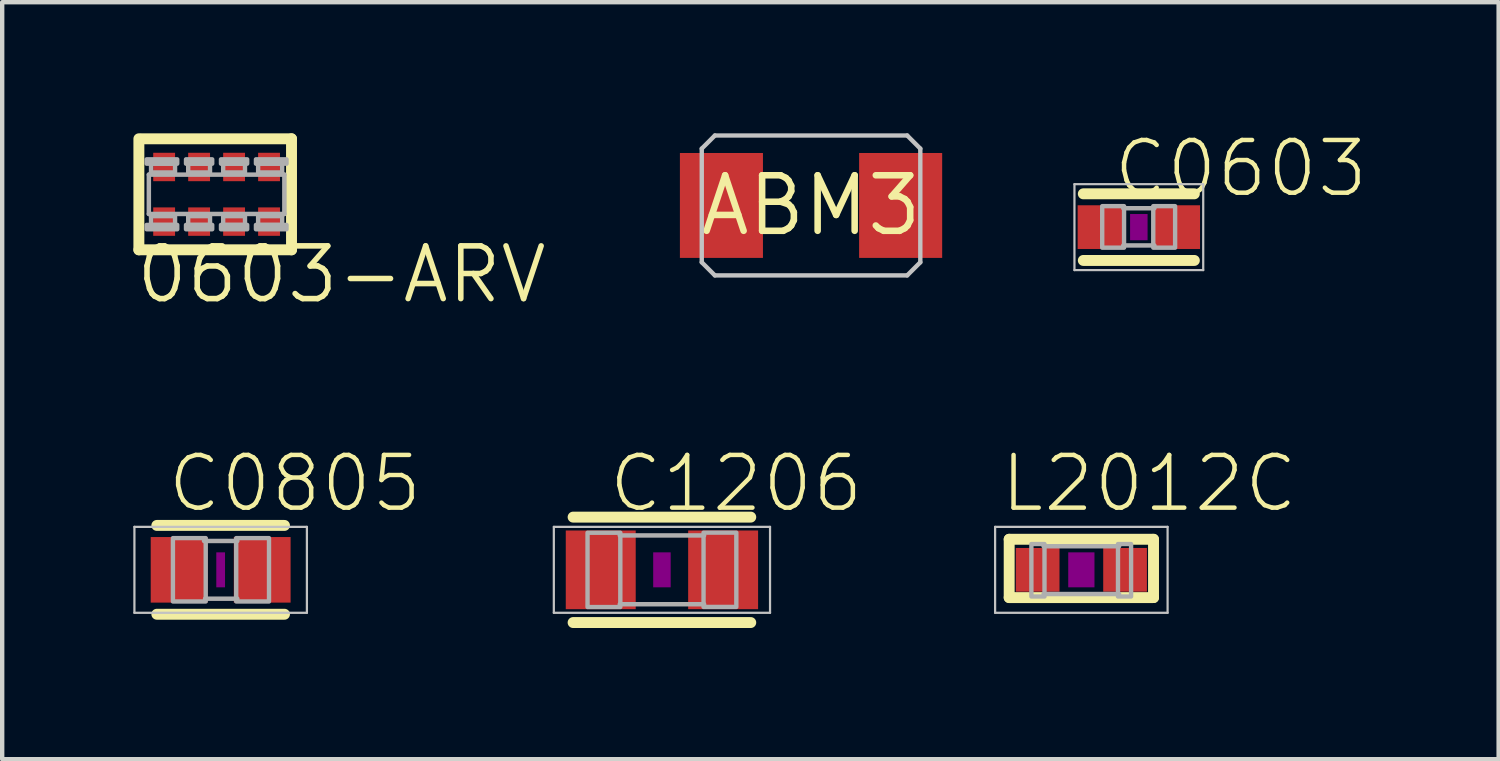
<source format=kicad_pcb>
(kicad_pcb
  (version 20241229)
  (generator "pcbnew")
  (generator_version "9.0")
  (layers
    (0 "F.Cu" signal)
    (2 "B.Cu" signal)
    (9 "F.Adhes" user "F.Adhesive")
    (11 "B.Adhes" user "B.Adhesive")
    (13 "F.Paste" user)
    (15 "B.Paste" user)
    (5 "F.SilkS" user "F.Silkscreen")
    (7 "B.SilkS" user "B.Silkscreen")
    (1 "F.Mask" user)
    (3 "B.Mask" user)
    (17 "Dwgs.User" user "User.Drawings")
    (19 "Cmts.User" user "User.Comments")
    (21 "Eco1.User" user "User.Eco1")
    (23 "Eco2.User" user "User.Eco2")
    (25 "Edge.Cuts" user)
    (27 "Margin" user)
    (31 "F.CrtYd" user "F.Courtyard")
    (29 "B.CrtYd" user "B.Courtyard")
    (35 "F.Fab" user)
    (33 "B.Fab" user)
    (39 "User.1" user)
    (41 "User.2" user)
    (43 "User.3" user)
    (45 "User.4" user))
  (footprint "0603-ARV"
    (layer "F.Cu")
    (at 1.905 1.395)
    (property "Reference" "0603-ARV" (at -1.905 2.54 0) (layer "F.SilkS") (effects (font (size 1.206 1.206) (thickness 0.127)) (justify left bottom)))
    (attr through_hole)
    (fp_line (start -1.778 1.27) (end -1.778 -1.27) (stroke (width 0.25) (type solid)) (layer "F.SilkS"))
    (fp_line (start -1.714 -1.27) (end 1.714 -1.27) (stroke (width 0.25) (type solid)) (layer "F.SilkS"))
    (fp_line (start 1.714 -1.27) (end 1.714 1.27) (stroke (width 0.25) (type solid)) (layer "F.SilkS"))
    (fp_line (start 1.714 1.27) (end -1.778 1.27) (stroke (width 0.25) (type solid)) (layer "F.SilkS"))
    (fp_line (start -1.55 -0.45) (end 1.55 -0.45) (stroke (width 0.102) (type solid)) (layer "F.Fab"))
    (fp_line (start -1.55 0.45) (end -1.55 -0.45) (stroke (width 0.102) (type solid)) (layer "F.Fab"))
    (fp_line (start 1.55 -0.45) (end 1.55 0.45) (stroke (width 0.102) (type solid)) (layer "F.Fab"))
    (fp_line (start 1.55 0.45) (end -1.55 0.45) (stroke (width 0.102) (type solid)) (layer "F.Fab"))
    (fp_poly (pts (xy -1.6 -0.7) (xy -0.9 -0.7) (xy -0.9 -0.8) (xy -1.6 -0.8)) (stroke (width 0.1) (type solid)) (fill no) (layer "F.Fab"))
    (fp_poly (pts (xy -1.5 -0.5) (xy -0.95 -0.5) (xy -0.95 -0.7) (xy -1.5 -0.7)) (stroke (width 0.1) (type solid)) (fill no) (layer "F.Fab"))
    (fp_poly (pts (xy -0.95 0.5) (xy -1.5 0.5) (xy -1.5 0.7) (xy -0.95 0.7)) (stroke (width 0.1) (type solid)) (fill no) (layer "F.Fab"))
    (fp_poly (pts (xy -0.9 0.7) (xy -1.6 0.7) (xy -1.6 0.8) (xy -0.9 0.8)) (stroke (width 0.1) (type solid)) (fill no) (layer "F.Fab"))
    (fp_poly (pts (xy -0.7 -0.7) (xy -0.1 -0.7) (xy -0.1 -0.8) (xy -0.7 -0.8)) (stroke (width 0.1) (type solid)) (fill no) (layer "F.Fab"))
    (fp_poly (pts (xy -0.65 -0.5) (xy -0.15 -0.5) (xy -0.15 -0.7) (xy -0.65 -0.7)) (stroke (width 0.1) (type solid)) (fill no) (layer "F.Fab"))
    (fp_poly (pts (xy -0.15 0.5) (xy -0.65 0.5) (xy -0.65 0.7) (xy -0.15 0.7)) (stroke (width 0.1) (type solid)) (fill no) (layer "F.Fab"))
    (fp_poly (pts (xy -0.1 0.7) (xy -0.7 0.7) (xy -0.7 0.8) (xy -0.1 0.8)) (stroke (width 0.1) (type solid)) (fill no) (layer "F.Fab"))
    (fp_poly (pts (xy 0.1 -0.7) (xy 0.7 -0.7) (xy 0.7 -0.8) (xy 0.1 -0.8)) (stroke (width 0.1) (type solid)) (fill no) (layer "F.Fab"))
    (fp_poly (pts (xy 0.15 -0.5) (xy 0.65 -0.5) (xy 0.65 -0.7) (xy 0.15 -0.7)) (stroke (width 0.1) (type solid)) (fill no) (layer "F.Fab"))
    (fp_poly (pts (xy 0.65 0.5) (xy 0.15 0.5) (xy 0.15 0.7) (xy 0.65 0.7)) (stroke (width 0.1) (type solid)) (fill no) (layer "F.Fab"))
    (fp_poly (pts (xy 0.7 0.7) (xy 0.1 0.7) (xy 0.1 0.8) (xy 0.7 0.8)) (stroke (width 0.1) (type solid)) (fill no) (layer "F.Fab"))
    (fp_poly (pts (xy 0.9 -0.7) (xy 1.6 -0.7) (xy 1.6 -0.8) (xy 0.9 -0.8)) (stroke (width 0.1) (type solid)) (fill no) (layer "F.Fab"))
    (fp_poly (pts (xy 0.95 -0.5) (xy 1.5 -0.5) (xy 1.5 -0.7) (xy 0.95 -0.7)) (stroke (width 0.1) (type solid)) (fill no) (layer "F.Fab"))
    (fp_poly (pts (xy 1.5 0.5) (xy 0.95 0.5) (xy 0.95 0.7) (xy 1.5 0.7)) (stroke (width 0.1) (type solid)) (fill no) (layer "F.Fab"))
    (fp_poly (pts (xy 1.6 0.7) (xy 0.9 0.7) (xy 0.9 0.8) (xy 1.6 0.8)) (stroke (width 0.1) (type solid)) (fill no) (layer "F.Fab"))
    (pad "1" smd rect (at -1.2 0.625) (size 0.5 0.65) (layers "F.Cu" "F.Mask" "F.Paste"))
    (pad "2" smd rect (at -0.4 0.625) (size 0.5 0.65) (layers "F.Cu" "F.Mask" "F.Paste"))
    (pad "3" smd rect (at 0.4 0.625) (size 0.5 0.65) (layers "F.Cu" "F.Mask" "F.Paste"))
    (pad "4" smd rect (at 1.2 0.625) (size 0.5 0.65) (layers "F.Cu" "F.Mask" "F.Paste"))
    (pad "5" smd rect (at 1.2 -0.625) (size 0.5 0.65) (layers "F.Cu" "F.Mask" "F.Paste"))
    (pad "6" smd rect (at 0.4 -0.625) (size 0.5 0.65) (layers "F.Cu" "F.Mask" "F.Paste"))
    (pad "7" smd rect (at -0.4 -0.625) (size 0.5 0.65) (layers "F.Cu" "F.Mask" "F.Paste"))
    (pad "8" smd rect (at -1.2 -0.625) (size 0.5 0.65) (layers "F.Cu" "F.Mask" "F.Paste")))
  (footprint "ABM3"
    (layer "F.Cu")
    (at 15.504 1.65)
    (property "Reference" "ABM3" (at 0 0 0) (layer "F.SilkS") (effects (font (size 1.27 1.27) (thickness 0.15))))
    (attr through_hole)
    (fp_line (start -2.5 -1.3) (end -2.5 1.3) (stroke (width 0.1) (type solid)) (layer "Dwgs.User"))
    (fp_line (start -2.5 1.3) (end -2.2 1.6) (stroke (width 0.1) (type solid)) (layer "Dwgs.User"))
    (fp_line (start -2.2 -1.6) (end -2.5 -1.3) (stroke (width 0.1) (type solid)) (layer "Dwgs.User"))
    (fp_line (start -2.2 1.6) (end 2.2 1.6) (stroke (width 0.1) (type solid)) (layer "Dwgs.User"))
    (fp_line (start 2.2 -1.6) (end -2.2 -1.6) (stroke (width 0.1) (type solid)) (layer "Dwgs.User"))
    (fp_line (start 2.2 1.6) (end 2.5 1.3) (stroke (width 0.1) (type solid)) (layer "Dwgs.User"))
    (fp_line (start 2.5 -1.3) (end 2.2 -1.6) (stroke (width 0.1) (type solid)) (layer "Dwgs.User"))
    (fp_line (start 2.5 1.3) (end 2.5 -1.3) (stroke (width 0.1) (type solid)) (layer "Dwgs.User"))
    (pad "1" smd rect (at -2.05 0 180) (size 1.9 2.4) (layers "F.Cu" "F.Mask" "F.Paste"))
    (pad "2" smd rect (at 2.05 0 180) (size 1.9 2.4) (layers "F.Cu" "F.Mask" "F.Paste")))
  (footprint "C0603"
    (layer "F.Cu")
    (at 23.003 2.146)
    (property "Reference" "C0603" (at -0.635 -0.635 0) (layer "F.SilkS") (effects (font (size 1.206 1.206) (thickness 0.102)) (justify left bottom)))
    (attr through_hole)
    (fp_line (start -1.27 -0.762) (end 1.27 -0.762) (stroke (width 0.25) (type solid)) (layer "F.SilkS"))
    (fp_line (start -1.27 0.762) (end 1.27 0.762) (stroke (width 0.25) (type solid)) (layer "F.SilkS"))
    (fp_poly (pts (xy -0.2 0.3) (xy 0.2 0.3) (xy 0.2 -0.3) (xy -0.2 -0.3)) (stroke (width 0) (type solid)) (fill yes) (layer "F.Adhes"))
    (fp_line (start -1.473 -0.983) (end 1.473 -0.983) (stroke (width 0.051) (type solid)) (layer "Dwgs.User"))
    (fp_line (start -1.473 0.983) (end -1.473 -0.983) (stroke (width 0.051) (type solid)) (layer "Dwgs.User"))
    (fp_line (start 1.473 -0.983) (end 1.473 0.983) (stroke (width 0.051) (type solid)) (layer "Dwgs.User"))
    (fp_line (start 1.473 0.983) (end -1.473 0.983) (stroke (width 0.051) (type solid)) (layer "Dwgs.User"))
    (fp_line (start -0.356 -0.432) (end 0.356 -0.432) (stroke (width 0.102) (type solid)) (layer "F.Fab"))
    (fp_line (start -0.356 0.419) (end 0.356 0.419) (stroke (width 0.102) (type solid)) (layer "F.Fab"))
    (fp_poly (pts (xy -0.838 0.47) (xy -0.338 0.47) (xy -0.338 -0.48) (xy -0.838 -0.48)) (stroke (width 0.1) (type solid)) (fill no) (layer "F.Fab"))
    (fp_poly (pts (xy 0.33 0.47) (xy 0.83 0.47) (xy 0.83 -0.48) (xy 0.33 -0.48)) (stroke (width 0.1) (type solid)) (fill no) (layer "F.Fab"))
    (pad "1" smd rect (at -0.85 0) (size 1.1 1) (layers "F.Cu" "F.Mask" "F.Paste"))
    (pad "2" smd rect (at 0.85 0) (size 1.1 1) (layers "F.Cu" "F.Mask" "F.Paste")))
  (footprint "C1206"
    (layer "F.Cu")
    (at 12.093 9.986)
    (property "Reference" "C1206" (at -1.27 -1.27 0) (layer "F.SilkS") (effects (font (size 1.206 1.206) (thickness 0.102)) (justify left bottom)))
    (attr through_hole)
    (fp_line (start -2.032 -1.206) (end 2.032 -1.206) (stroke (width 0.25) (type solid)) (layer "F.SilkS"))
    (fp_line (start -2.032 1.206) (end 2.032 1.206) (stroke (width 0.25) (type solid)) (layer "F.SilkS"))
    (fp_poly (pts (xy -0.2 0.4) (xy 0.2 0.4) (xy 0.2 -0.4) (xy -0.2 -0.4)) (stroke (width 0) (type solid)) (fill yes) (layer "F.Adhes"))
    (fp_line (start -2.473 -0.983) (end 2.473 -0.983) (stroke (width 0.051) (type solid)) (layer "Dwgs.User"))
    (fp_line (start -2.473 0.983) (end -2.473 -0.983) (stroke (width 0.051) (type solid)) (layer "Dwgs.User"))
    (fp_line (start 2.473 -0.983) (end 2.473 0.983) (stroke (width 0.051) (type solid)) (layer "Dwgs.User"))
    (fp_line (start 2.473 0.983) (end -2.473 0.983) (stroke (width 0.051) (type solid)) (layer "Dwgs.User"))
    (fp_line (start -0.965 -0.787) (end 0.965 -0.787) (stroke (width 0.102) (type solid)) (layer "F.Fab"))
    (fp_line (start -0.965 0.787) (end 0.965 0.787) (stroke (width 0.102) (type solid)) (layer "F.Fab"))
    (fp_poly (pts (xy -1.702 0.851) (xy -0.952 0.851) (xy -0.952 -0.849) (xy -1.702 -0.849)) (stroke (width 0.1) (type solid)) (fill no) (layer "F.Fab"))
    (fp_poly (pts (xy 0.952 0.849) (xy 1.702 0.849) (xy 1.702 -0.851) (xy 0.952 -0.851)) (stroke (width 0.1) (type solid)) (fill no) (layer "F.Fab"))
    (pad "1" smd rect (at -1.4 0) (size 1.6 1.8) (layers "F.Cu" "F.Mask" "F.Paste"))
    (pad "2" smd rect (at 1.4 0) (size 1.6 1.8) (layers "F.Cu" "F.Mask" "F.Paste")))
  (footprint "L2012C"
    (layer "F.Cu")
    (at 21.688 9.986)
    (property "Reference" "L2012C" (at -1.905 -1.27 0) (layer "F.SilkS") (effects (font (size 1.206 1.206) (thickness 0.102)) (justify left bottom)))
    (attr through_hole)
    (fp_line (start -1.651 -0.699) (end 1.651 -0.699) (stroke (width 0.25) (type solid)) (layer "F.SilkS"))
    (fp_line (start -1.651 0.635) (end -1.651 -0.699) (stroke (width 0.25) (type solid)) (layer "F.SilkS"))
    (fp_line (start 1.651 -0.699) (end 1.651 0.635) (stroke (width 0.25) (type solid)) (layer "F.SilkS"))
    (fp_line (start 1.651 0.635) (end -1.651 0.635) (stroke (width 0.25) (type solid)) (layer "F.SilkS"))
    (fp_poly (pts (xy -0.3 0.4) (xy 0.3 0.4) (xy 0.3 -0.4) (xy -0.3 -0.4)) (stroke (width 0) (type solid)) (fill yes) (layer "F.Adhes"))
    (fp_line (start -1.973 -0.983) (end 1.973 -0.983) (stroke (width 0.051) (type solid)) (layer "Dwgs.User"))
    (fp_line (start -1.973 0.983) (end -1.973 -0.983) (stroke (width 0.051) (type solid)) (layer "Dwgs.User"))
    (fp_line (start 1.973 -0.983) (end 1.973 0.983) (stroke (width 0.051) (type solid)) (layer "Dwgs.User"))
    (fp_line (start 1.973 0.983) (end -1.973 0.983) (stroke (width 0.051) (type solid)) (layer "Dwgs.User"))
    (fp_line (start -0.864 -0.54) (end 0.864 -0.54) (stroke (width 0.102) (type solid)) (layer "F.Fab"))
    (fp_line (start -0.864 0.553) (end 0.864 0.553) (stroke (width 0.102) (type solid)) (layer "F.Fab"))
    (fp_poly (pts (xy -1.143 0.61) (xy -0.843 0.61) (xy -0.843 -0.59) (xy -1.143 -0.59)) (stroke (width 0.1) (type solid)) (fill no) (layer "F.Fab"))
    (fp_poly (pts (xy 0.838 0.61) (xy 1.138 0.61) (xy 1.138 -0.59) (xy 0.838 -0.59)) (stroke (width 0.1) (type solid)) (fill no) (layer "F.Fab"))
    (pad "1" smd rect (at -1 0) (size 1 1) (layers "F.Cu" "F.Mask" "F.Paste"))
    (pad "2" smd rect (at 1 0) (size 1 1) (layers "F.Cu" "F.Mask" "F.Paste")))
  (footprint "C0805"
    (layer "F.Cu")
    (at 1.998 9.986)
    (property "Reference" "C0805" (at -1.27 -1.27 0) (layer "F.SilkS") (effects (font (size 1.206 1.206) (thickness 0.102)) (justify left bottom)))
    (attr through_hole)
    (fp_line (start -1.46 -1.016) (end 1.46 -1.016) (stroke (width 0.25) (type solid)) (layer "F.SilkS"))
    (fp_line (start -1.46 1.016) (end 1.46 1.016) (stroke (width 0.25) (type solid)) (layer "F.SilkS"))
    (fp_poly (pts (xy -0.1 0.4) (xy 0.1 0.4) (xy 0.1 -0.4) (xy -0.1 -0.4)) (stroke (width 0) (type solid)) (fill yes) (layer "F.Adhes"))
    (fp_line (start -1.973 -0.983) (end 1.973 -0.983) (stroke (width 0.051) (type solid)) (layer "Dwgs.User"))
    (fp_line (start -1.973 0.983) (end -1.973 -0.983) (stroke (width 0.051) (type solid)) (layer "Dwgs.User"))
    (fp_line (start 1.973 -0.983) (end 1.973 0.983) (stroke (width 0.051) (type solid)) (layer "Dwgs.User"))
    (fp_line (start 1.973 0.983) (end -1.973 0.983) (stroke (width 0.051) (type solid)) (layer "Dwgs.User"))
    (fp_line (start -0.381 -0.66) (end 0.381 -0.66) (stroke (width 0.102) (type solid)) (layer "F.Fab"))
    (fp_line (start -0.356 0.66) (end 0.381 0.66) (stroke (width 0.102) (type solid)) (layer "F.Fab"))
    (fp_poly (pts (xy -1.092 0.724) (xy -0.342 0.724) (xy -0.342 -0.726) (xy -1.092 -0.726)) (stroke (width 0.1) (type solid)) (fill no) (layer "F.Fab"))
    (fp_poly (pts (xy 0.356 0.724) (xy 1.106 0.724) (xy 1.106 -0.726) (xy 0.356 -0.726)) (stroke (width 0.1) (type solid)) (fill no) (layer "F.Fab"))
    (pad "1" smd rect (at -0.95 0) (size 1.3 1.5) (layers "F.Cu" "F.Mask" "F.Paste"))
    (pad "2" smd rect (at 0.95 0) (size 1.3 1.5) (layers "F.Cu" "F.Mask" "F.Paste")))
  (gr_rect
    (start -3 -3)
    (end 31.234 14.318)
    (stroke (width 0.1) (type default))
    (fill no)
    (layer "Edge.Cuts")))
</source>
